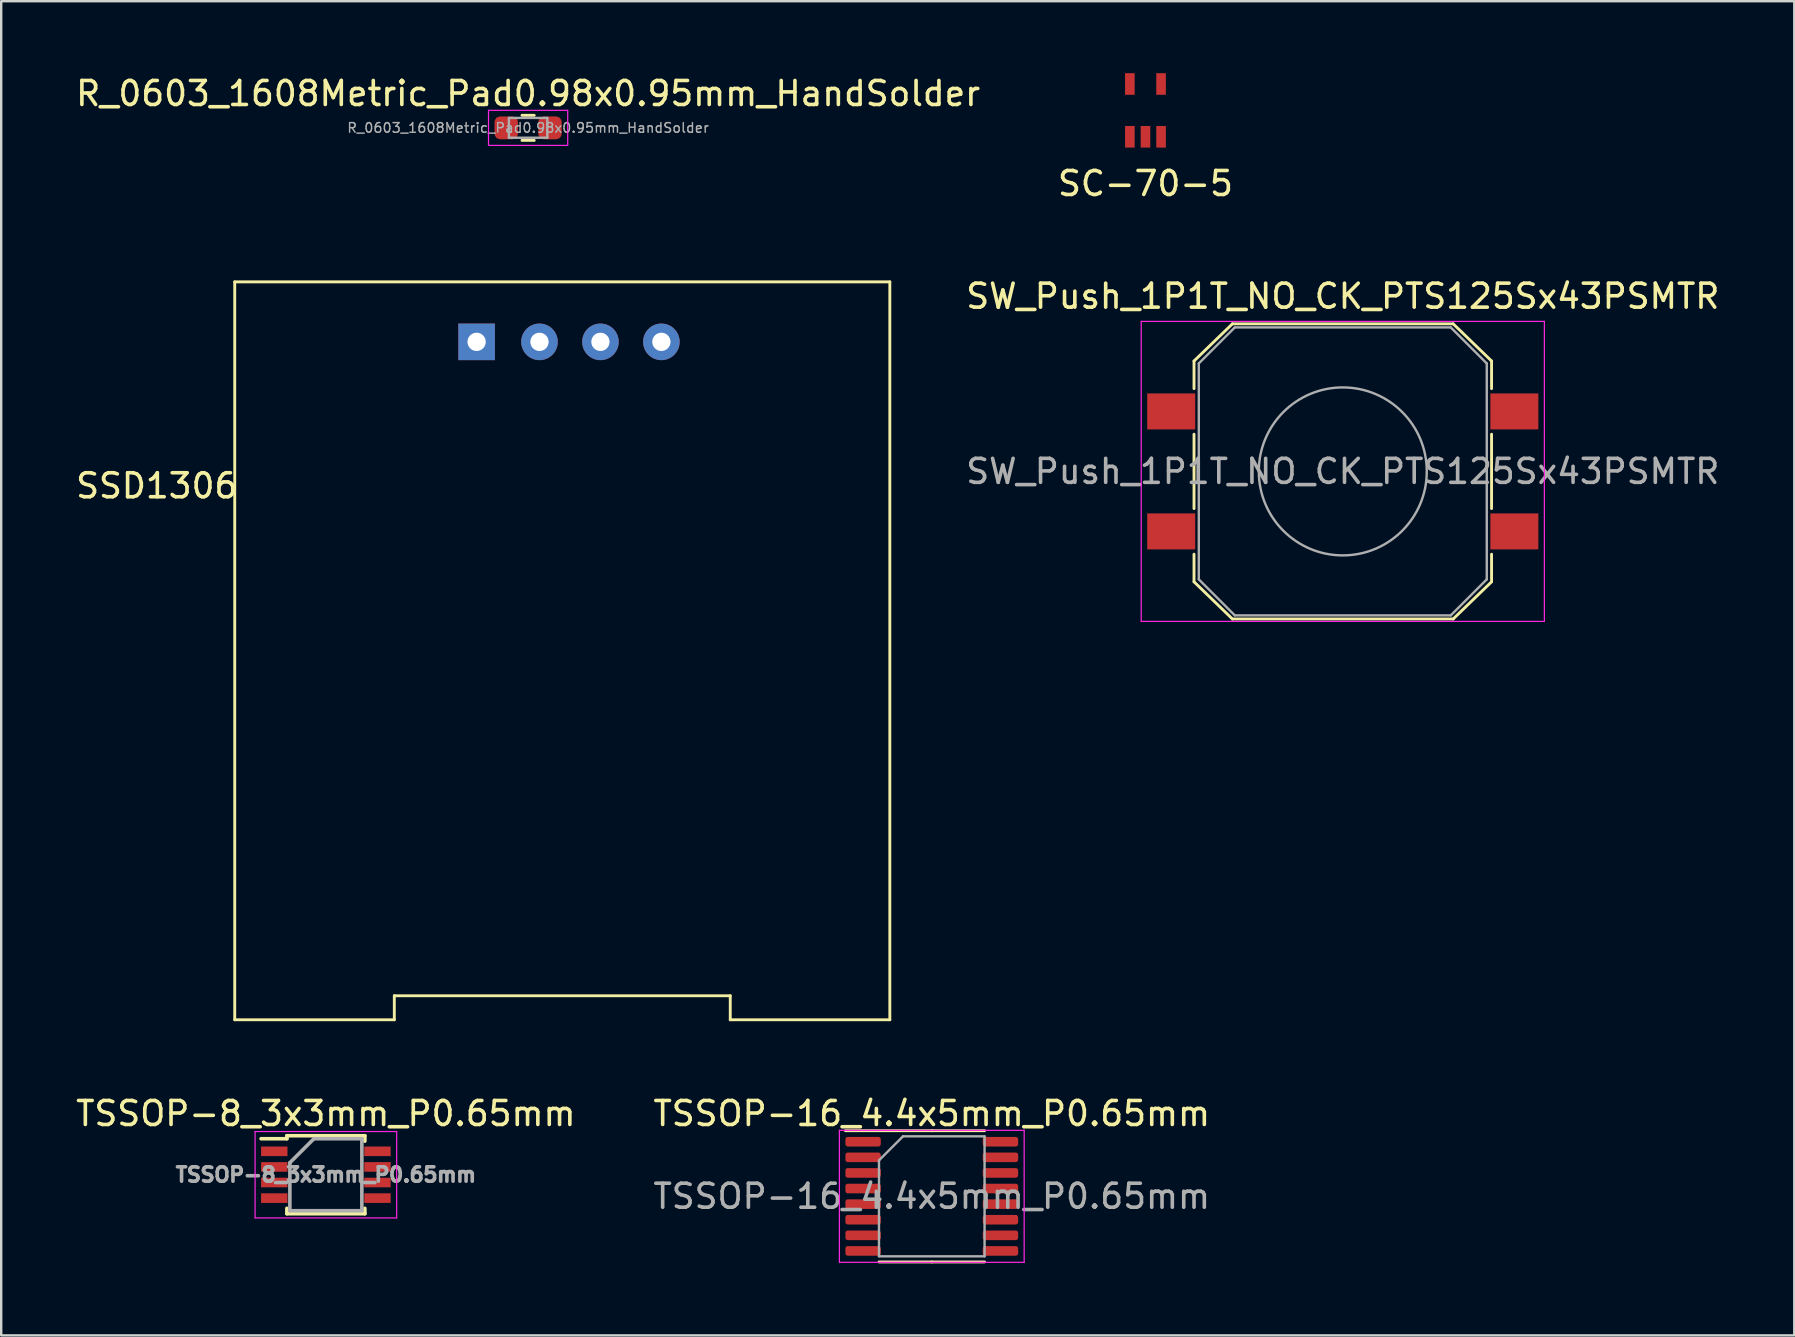
<source format=kicad_pcb>
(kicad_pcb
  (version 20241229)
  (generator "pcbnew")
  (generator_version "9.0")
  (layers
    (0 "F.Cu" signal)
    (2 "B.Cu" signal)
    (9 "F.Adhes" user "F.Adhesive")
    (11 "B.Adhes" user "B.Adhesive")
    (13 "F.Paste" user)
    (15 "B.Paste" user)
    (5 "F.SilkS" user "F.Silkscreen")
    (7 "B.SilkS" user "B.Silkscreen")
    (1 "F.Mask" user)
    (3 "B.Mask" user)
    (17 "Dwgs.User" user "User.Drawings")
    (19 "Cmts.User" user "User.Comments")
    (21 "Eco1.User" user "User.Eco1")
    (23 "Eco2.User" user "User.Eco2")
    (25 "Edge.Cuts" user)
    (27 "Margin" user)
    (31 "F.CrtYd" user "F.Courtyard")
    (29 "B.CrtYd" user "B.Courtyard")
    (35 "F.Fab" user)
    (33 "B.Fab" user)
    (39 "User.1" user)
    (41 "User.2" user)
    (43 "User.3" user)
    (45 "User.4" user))
  (footprint "SW_Push_1P1T_NO_CK_PTS125Sx43PSMTR"
    (layer "F.Cu")
    (at 52.908 16.595)
    (property "Reference" "SW_Push_1P1T_NO_CK_PTS125Sx43PSMTR" (at 0 -7.3 0) (layer "F.SilkS") (effects (font (size 1 1) (thickness 0.15))))
    (attr smd)
    (fp_line (start -6.2 -4.6) (end -4.6 -6.15) (stroke (width 0.12) (type solid)) (layer "F.SilkS"))
    (fp_line (start -6.2 -3.45) (end -6.2 -4.6) (stroke (width 0.12) (type solid)) (layer "F.SilkS"))
    (fp_line (start -6.2 -1.55) (end -6.2 1.55) (stroke (width 0.12) (type solid)) (layer "F.SilkS"))
    (fp_line (start -6.2 3.45) (end -6.2 4.6) (stroke (width 0.12) (type solid)) (layer "F.SilkS"))
    (fp_line (start -6.2 4.6) (end -4.6 6.15) (stroke (width 0.12) (type solid)) (layer "F.SilkS"))
    (fp_line (start -4.6 -6.15) (end 4.6 -6.15) (stroke (width 0.12) (type solid)) (layer "F.SilkS"))
    (fp_line (start -4.6 6.15) (end 4.6 6.15) (stroke (width 0.12) (type solid)) (layer "F.SilkS"))
    (fp_line (start 4.6 -6.15) (end 6.2 -4.6) (stroke (width 0.12) (type solid)) (layer "F.SilkS"))
    (fp_line (start 4.6 6.15) (end 6.2 4.6) (stroke (width 0.12) (type solid)) (layer "F.SilkS"))
    (fp_line (start 6.2 -3.45) (end 6.2 -4.6) (stroke (width 0.12) (type solid)) (layer "F.SilkS"))
    (fp_line (start 6.2 -1.55) (end 6.2 1.55) (stroke (width 0.12) (type solid)) (layer "F.SilkS"))
    (fp_line (start 6.2 3.45) (end 6.2 4.6) (stroke (width 0.12) (type solid)) (layer "F.SilkS"))
    (fp_line (start -8.4 -6.25) (end 8.4 -6.25) (stroke (width 0.05) (type solid)) (layer "F.CrtYd"))
    (fp_line (start -8.4 6.25) (end -8.4 -6.25) (stroke (width 0.05) (type solid)) (layer "F.CrtYd"))
    (fp_line (start 8.4 -6.25) (end 8.4 6.25) (stroke (width 0.05) (type solid)) (layer "F.CrtYd"))
    (fp_line (start 8.4 6.25) (end -8.4 6.25) (stroke (width 0.05) (type solid)) (layer "F.CrtYd"))
    (fp_line (start -6 -4.5) (end -6 4.5) (stroke (width 0.1) (type solid)) (layer "F.Fab"))
    (fp_line (start -6 -4.5) (end -4.5 -6) (stroke (width 0.1) (type solid)) (layer "F.Fab"))
    (fp_line (start -4.5 6) (end -6 4.5) (stroke (width 0.1) (type solid)) (layer "F.Fab"))
    (fp_line (start -4.5 6) (end 4.5 6) (stroke (width 0.1) (type solid)) (layer "F.Fab"))
    (fp_line (start 4.5 -6) (end -4.5 -6) (stroke (width 0.1) (type solid)) (layer "F.Fab"))
    (fp_line (start 4.5 -6) (end 6 -4.5) (stroke (width 0.1) (type solid)) (layer "F.Fab"))
    (fp_line (start 6 4.5) (end 4.5 6) (stroke (width 0.1) (type solid)) (layer "F.Fab"))
    (fp_line (start 6 4.5) (end 6 -4.5) (stroke (width 0.1) (type solid)) (layer "F.Fab"))
    (fp_circle (center 0 0) (end 3.5 0) (stroke (width 0.1) (type solid)) (fill no) (layer "F.Fab"))
    (fp_text user "${REFERENCE}" (at 0 0 0) (layer "F.Fab") (effects (font (size 1 1) (thickness 0.15))))
    (pad "1" smd rect (at -7.15 -2.5) (size 2 1.5) (layers "F.Cu" "F.Mask" "F.Paste"))
    (pad "1" smd rect (at 7.15 -2.5) (size 2 1.5) (layers "F.Cu" "F.Mask" "F.Paste"))
    (pad "2" smd rect (at -7.15 2.5) (size 2 1.5) (layers "F.Cu" "F.Mask" "F.Paste"))
    (pad "2" smd rect (at 7.15 2.5) (size 2 1.5) (layers "F.Cu" "F.Mask" "F.Paste")))
  (footprint "TSSOP-16_4.4x5mm_P0.65mm"
    (layer "F.Cu")
    (at 35.78 46.804)
    (property "Reference" "TSSOP-16_4.4x5mm_P0.65mm" (at 0 -3.45 0) (layer "F.SilkS") (effects (font (size 1 1) (thickness 0.15))))
    (attr smd)
    (fp_line (start 0 -2.735) (end -3.6 -2.735) (stroke (width 0.12) (type solid)) (layer "F.SilkS"))
    (fp_line (start 0 -2.735) (end 2.2 -2.735) (stroke (width 0.12) (type solid)) (layer "F.SilkS"))
    (fp_line (start 0 2.735) (end -2.2 2.735) (stroke (width 0.12) (type solid)) (layer "F.SilkS"))
    (fp_line (start 0 2.735) (end 2.2 2.735) (stroke (width 0.12) (type solid)) (layer "F.SilkS"))
    (fp_line (start -3.85 -2.75) (end -3.85 2.75) (stroke (width 0.05) (type solid)) (layer "F.CrtYd"))
    (fp_line (start -3.85 2.75) (end 3.85 2.75) (stroke (width 0.05) (type solid)) (layer "F.CrtYd"))
    (fp_line (start 3.85 -2.75) (end -3.85 -2.75) (stroke (width 0.05) (type solid)) (layer "F.CrtYd"))
    (fp_line (start 3.85 2.75) (end 3.85 -2.75) (stroke (width 0.05) (type solid)) (layer "F.CrtYd"))
    (fp_line (start -2.2 -1.5) (end -1.2 -2.5) (stroke (width 0.1) (type solid)) (layer "F.Fab"))
    (fp_line (start -2.2 2.5) (end -2.2 -1.5) (stroke (width 0.1) (type solid)) (layer "F.Fab"))
    (fp_line (start -1.2 -2.5) (end 2.2 -2.5) (stroke (width 0.1) (type solid)) (layer "F.Fab"))
    (fp_line (start 2.2 -2.5) (end 2.2 2.5) (stroke (width 0.1) (type solid)) (layer "F.Fab"))
    (fp_line (start 2.2 2.5) (end -2.2 2.5) (stroke (width 0.1) (type solid)) (layer "F.Fab"))
    (fp_text user "${REFERENCE}" (at 0 0 0) (layer "F.Fab") (effects (font (size 1 1) (thickness 0.15))))
    (pad "1" smd roundrect (at -2.862 -2.275) (size 1.475 0.4) (layers "F.Cu" "F.Mask" "F.Paste") (roundrect_rratio 0.25))
    (pad "2" smd roundrect (at -2.862 -1.625) (size 1.475 0.4) (layers "F.Cu" "F.Mask" "F.Paste") (roundrect_rratio 0.25))
    (pad "3" smd roundrect (at -2.862 -0.975) (size 1.475 0.4) (layers "F.Cu" "F.Mask" "F.Paste") (roundrect_rratio 0.25))
    (pad "4" smd roundrect (at -2.862 -0.325) (size 1.475 0.4) (layers "F.Cu" "F.Mask" "F.Paste") (roundrect_rratio 0.25))
    (pad "5" smd roundrect (at -2.862 0.325) (size 1.475 0.4) (layers "F.Cu" "F.Mask" "F.Paste") (roundrect_rratio 0.25))
    (pad "6" smd roundrect (at -2.862 0.975) (size 1.475 0.4) (layers "F.Cu" "F.Mask" "F.Paste") (roundrect_rratio 0.25))
    (pad "7" smd roundrect (at -2.862 1.625) (size 1.475 0.4) (layers "F.Cu" "F.Mask" "F.Paste") (roundrect_rratio 0.25))
    (pad "8" smd roundrect (at -2.862 2.275) (size 1.475 0.4) (layers "F.Cu" "F.Mask" "F.Paste") (roundrect_rratio 0.25))
    (pad "9" smd roundrect (at 2.862 2.275) (size 1.475 0.4) (layers "F.Cu" "F.Mask" "F.Paste") (roundrect_rratio 0.25))
    (pad "10" smd roundrect (at 2.862 1.625) (size 1.475 0.4) (layers "F.Cu" "F.Mask" "F.Paste") (roundrect_rratio 0.25))
    (pad "11" smd roundrect (at 2.862 0.975) (size 1.475 0.4) (layers "F.Cu" "F.Mask" "F.Paste") (roundrect_rratio 0.25))
    (pad "12" smd roundrect (at 2.862 0.325) (size 1.475 0.4) (layers "F.Cu" "F.Mask" "F.Paste") (roundrect_rratio 0.25))
    (pad "13" smd roundrect (at 2.862 -0.325) (size 1.475 0.4) (layers "F.Cu" "F.Mask" "F.Paste") (roundrect_rratio 0.25))
    (pad "14" smd roundrect (at 2.862 -0.975) (size 1.475 0.4) (layers "F.Cu" "F.Mask" "F.Paste") (roundrect_rratio 0.25))
    (pad "15" smd roundrect (at 2.862 -1.625) (size 1.475 0.4) (layers "F.Cu" "F.Mask" "F.Paste") (roundrect_rratio 0.25))
    (pad "16" smd roundrect (at 2.862 -2.275) (size 1.475 0.4) (layers "F.Cu" "F.Mask" "F.Paste") (roundrect_rratio 0.25)))
  (footprint "SSD1306"
    (layer "F.Cu")
    (at 6.732 8.696)
    (property "Reference" "SSD1306" (at -3.25 8.5 0) (layer "F.SilkS") (effects (font (size 1 1) (thickness 0.15))))
    (attr through_hole)
    (fp_line (start 0 0) (end 0 30.75) (stroke (width 0.12) (type solid)) (layer "F.SilkS"))
    (fp_line (start 0 0) (end 27.3 0) (stroke (width 0.12) (type solid)) (layer "F.SilkS"))
    (fp_line (start 6.65 29.75) (end 6.65 30.75) (stroke (width 0.12) (type solid)) (layer "F.SilkS"))
    (fp_line (start 6.65 30.75) (end 0 30.75) (stroke (width 0.12) (type solid)) (layer "F.SilkS"))
    (fp_line (start 20.65 29.75) (end 6.65 29.75) (stroke (width 0.12) (type solid)) (layer "F.SilkS"))
    (fp_line (start 20.65 30.75) (end 20.65 29.75) (stroke (width 0.12) (type solid)) (layer "F.SilkS"))
    (fp_line (start 27.3 30.75) (end 20.65 30.75) (stroke (width 0.12) (type solid)) (layer "F.SilkS"))
    (fp_line (start 27.3 30.75) (end 27.3 0) (stroke (width 0.12) (type solid)) (layer "F.SilkS"))
    (pad "1" thru_hole rect (at 10.08 2.5) (size 1.524 1.524) (drill 0.762) (layers "*.Cu" "*.Mask"))
    (pad "2" thru_hole circle (at 12.7 2.5) (size 1.524 1.524) (drill 0.762) (layers "*.Cu" "*.Mask"))
    (pad "3" thru_hole circle (at 15.24 2.5) (size 1.524 1.524) (drill 0.762) (layers "*.Cu" "*.Mask"))
    (pad "4" thru_hole circle (at 17.78 2.5) (size 1.524 1.524) (drill 0.762) (layers "*.Cu" "*.Mask")))
  (footprint "TSSOP-8_3x3mm_P0.65mm"
    (layer "F.Cu")
    (at 10.53 45.904)
    (property "Reference" "TSSOP-8_3x3mm_P0.65mm" (at 0 -2.55 0) (layer "F.SilkS") (effects (font (size 1 1) (thickness 0.15))))
    (attr smd)
    (fp_line (start -1.625 -1.625) (end -1.625 -1.5) (stroke (width 0.15) (type solid)) (layer "F.SilkS"))
    (fp_line (start -1.625 -1.625) (end 1.625 -1.625) (stroke (width 0.15) (type solid)) (layer "F.SilkS"))
    (fp_line (start -1.625 -1.5) (end -2.7 -1.5) (stroke (width 0.15) (type solid)) (layer "F.SilkS"))
    (fp_line (start -1.625 1.625) (end -1.625 1.4) (stroke (width 0.15) (type solid)) (layer "F.SilkS"))
    (fp_line (start -1.625 1.625) (end 1.625 1.625) (stroke (width 0.15) (type solid)) (layer "F.SilkS"))
    (fp_line (start 1.625 -1.625) (end 1.625 -1.4) (stroke (width 0.15) (type solid)) (layer "F.SilkS"))
    (fp_line (start 1.625 1.625) (end 1.625 1.4) (stroke (width 0.15) (type solid)) (layer "F.SilkS"))
    (fp_line (start -2.95 -1.8) (end -2.95 1.8) (stroke (width 0.05) (type solid)) (layer "F.CrtYd"))
    (fp_line (start -2.95 -1.8) (end 2.95 -1.8) (stroke (width 0.05) (type solid)) (layer "F.CrtYd"))
    (fp_line (start -2.95 1.8) (end 2.95 1.8) (stroke (width 0.05) (type solid)) (layer "F.CrtYd"))
    (fp_line (start 2.95 -1.8) (end 2.95 1.8) (stroke (width 0.05) (type solid)) (layer "F.CrtYd"))
    (fp_line (start -1.5 -0.5) (end -0.5 -1.5) (stroke (width 0.15) (type solid)) (layer "F.Fab"))
    (fp_line (start -1.5 1.5) (end -1.5 -0.5) (stroke (width 0.15) (type solid)) (layer "F.Fab"))
    (fp_line (start -0.5 -1.5) (end 1.5 -1.5) (stroke (width 0.15) (type solid)) (layer "F.Fab"))
    (fp_line (start 1.5 -1.5) (end 1.5 1.5) (stroke (width 0.15) (type solid)) (layer "F.Fab"))
    (fp_line (start 1.5 1.5) (end -1.5 1.5) (stroke (width 0.15) (type solid)) (layer "F.Fab"))
    (fp_text user "${REFERENCE}" (at 0 0 0) (layer "F.Fab") (effects (font (size 0.6 0.6) (thickness 0.15))))
    (pad "1" smd rect (at -2.15 -0.975) (size 1.1 0.4) (layers "F.Cu" "F.Mask" "F.Paste"))
    (pad "2" smd rect (at -2.15 -0.325) (size 1.1 0.4) (layers "F.Cu" "F.Mask" "F.Paste"))
    (pad "3" smd rect (at -2.15 0.325) (size 1.1 0.4) (layers "F.Cu" "F.Mask" "F.Paste"))
    (pad "4" smd rect (at -2.15 0.975) (size 1.1 0.4) (layers "F.Cu" "F.Mask" "F.Paste"))
    (pad "5" smd rect (at 2.15 0.975) (size 1.1 0.4) (layers "F.Cu" "F.Mask" "F.Paste"))
    (pad "6" smd rect (at 2.15 0.325) (size 1.1 0.4) (layers "F.Cu" "F.Mask" "F.Paste"))
    (pad "7" smd rect (at 2.15 -0.325) (size 1.1 0.4) (layers "F.Cu" "F.Mask" "F.Paste"))
    (pad "8" smd rect (at 2.15 -0.975) (size 1.1 0.4) (layers "F.Cu" "F.Mask" "F.Paste")))
  (footprint "R_0603_1608Metric_Pad0.98x0.95mm_HandSolder"
    (layer "F.Cu")
    (at 18.958 2.278)
    (property "Reference" "R_0603_1608Metric_Pad0.98x0.95mm_HandSolder" (at 0 -1.43 0) (layer "F.SilkS") (effects (font (size 1 1) (thickness 0.15))))
    (attr smd)
    (fp_line (start -0.255 -0.522) (end 0.255 -0.522) (stroke (width 0.12) (type solid)) (layer "F.SilkS"))
    (fp_line (start -0.255 0.522) (end 0.255 0.522) (stroke (width 0.12) (type solid)) (layer "F.SilkS"))
    (fp_line (start -1.65 -0.73) (end 1.65 -0.73) (stroke (width 0.05) (type solid)) (layer "F.CrtYd"))
    (fp_line (start -1.65 0.73) (end -1.65 -0.73) (stroke (width 0.05) (type solid)) (layer "F.CrtYd"))
    (fp_line (start 1.65 -0.73) (end 1.65 0.73) (stroke (width 0.05) (type solid)) (layer "F.CrtYd"))
    (fp_line (start 1.65 0.73) (end -1.65 0.73) (stroke (width 0.05) (type solid)) (layer "F.CrtYd"))
    (fp_line (start -0.8 -0.412) (end 0.8 -0.412) (stroke (width 0.1) (type solid)) (layer "F.Fab"))
    (fp_line (start -0.8 0.412) (end -0.8 -0.412) (stroke (width 0.1) (type solid)) (layer "F.Fab"))
    (fp_line (start 0.8 -0.412) (end 0.8 0.412) (stroke (width 0.1) (type solid)) (layer "F.Fab"))
    (fp_line (start 0.8 0.412) (end -0.8 0.412) (stroke (width 0.1) (type solid)) (layer "F.Fab"))
    (fp_text user "${REFERENCE}" (at 0 0 0) (layer "F.Fab") (effects (font (size 0.4 0.4) (thickness 0.06))))
    (pad "1" smd roundrect (at -0.912 0) (size 0.975 0.95) (layers "F.Cu" "F.Mask" "F.Paste") (roundrect_rratio 0.25))
    (pad "2" smd roundrect (at 0.912 0) (size 0.975 0.95) (layers "F.Cu" "F.Mask" "F.Paste") (roundrect_rratio 0.25)))
  (footprint "SC-70-5"
    (layer "F.Cu")
    (at 44.685 1.55)
    (property "Reference" "SC-70-5" (at 0 3.048 0) (layer "F.SilkS") (effects (font (size 1 1) (thickness 0.15))))
    (attr smd)
    (pad "1" smd rect (at -0.65 1.1 180) (size 0.4 0.9) (layers "F.Cu" "F.Mask" "F.Paste"))
    (pad "2" smd rect (at 0 1.1 180) (size 0.4 0.9) (layers "F.Cu" "F.Mask" "F.Paste"))
    (pad "3" smd rect (at 0.65 1.1 180) (size 0.4 0.9) (layers "F.Cu" "F.Mask" "F.Paste"))
    (pad "4" smd rect (at 0.65 -1.1 180) (size 0.4 0.9) (layers "F.Cu" "F.Mask" "F.Paste"))
    (pad "5" smd rect (at -0.65 -1.1 180) (size 0.4 0.9) (layers "F.Cu" "F.Mask" "F.Paste")))
  (gr_rect
    (start -3 -3)
    (end 71.723 52.599)
    (stroke (width 0.1) (type default))
    (fill no)
    (layer "Edge.Cuts")))
</source>
